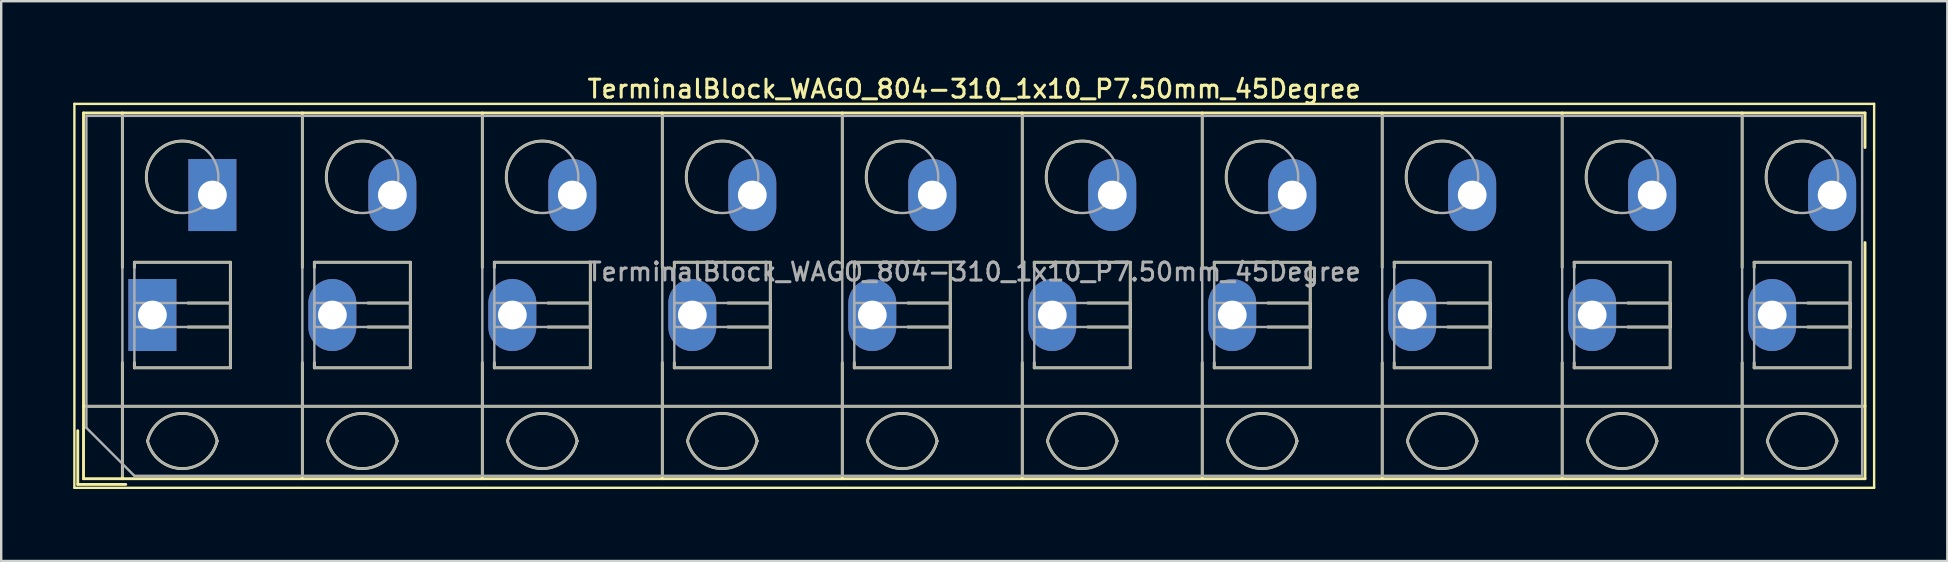
<source format=kicad_pcb>
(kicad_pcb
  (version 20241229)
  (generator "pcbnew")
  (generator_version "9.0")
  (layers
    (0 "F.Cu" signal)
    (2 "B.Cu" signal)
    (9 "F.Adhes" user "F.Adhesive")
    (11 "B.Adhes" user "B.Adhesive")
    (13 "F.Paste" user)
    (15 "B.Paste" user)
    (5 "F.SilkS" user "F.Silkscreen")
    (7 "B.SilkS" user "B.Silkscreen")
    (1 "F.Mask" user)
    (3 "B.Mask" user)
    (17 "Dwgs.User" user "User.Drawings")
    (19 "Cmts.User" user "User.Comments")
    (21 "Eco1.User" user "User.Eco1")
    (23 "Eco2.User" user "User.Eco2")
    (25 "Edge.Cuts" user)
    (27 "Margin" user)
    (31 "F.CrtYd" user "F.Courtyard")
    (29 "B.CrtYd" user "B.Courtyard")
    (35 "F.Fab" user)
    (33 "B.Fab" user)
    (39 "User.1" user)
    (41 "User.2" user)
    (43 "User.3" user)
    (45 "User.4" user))
  (footprint "TerminalBlock_WAGO_804-310_1x10_P7.50mm_45Degree"
    (layer "F.Cu")
    (at 3.3 10.078)
    (property "Reference" "TerminalBlock_WAGO_804-310_1x10_P7.50mm_45Degree" (at 34.25 -9.42 0) (layer "F.SilkS") (effects (font (size 0.75 0.75) (thickness 0.125))))
    (attr through_hole)
    (fp_line (start -3.25 -8.8) (end -3.25 7.2) (stroke (width 0.1) (type solid)) (layer "F.SilkS"))
    (fp_line (start -3.25 7.2) (end 71.75 7.2) (stroke (width 0.1) (type solid)) (layer "F.SilkS"))
    (fp_line (start -3.11 4.82) (end -3.11 7.06) (stroke (width 0.12) (type solid)) (layer "F.SilkS"))
    (fp_line (start -3.11 7.06) (end -1.11 7.06) (stroke (width 0.12) (type solid)) (layer "F.SilkS"))
    (fp_line (start -2.87 -8.42) (end -2.87 6.82) (stroke (width 0.12) (type solid)) (layer "F.SilkS"))
    (fp_line (start -2.87 -8.42) (end 71.37 -8.42) (stroke (width 0.12) (type solid)) (layer "F.SilkS"))
    (fp_line (start -2.87 3.8) (end 71.37 3.8) (stroke (width 0.12) (type solid)) (layer "F.SilkS"))
    (fp_line (start -2.87 6.82) (end 71.37 6.82) (stroke (width 0.12) (type solid)) (layer "F.SilkS"))
    (fp_line (start -1.25 -8.42) (end -1.25 -1.98) (stroke (width 0.12) (type solid)) (layer "F.SilkS"))
    (fp_line (start -1.25 1.98) (end -1.25 6.82) (stroke (width 0.12) (type solid)) (layer "F.SilkS"))
    (fp_line (start -0.75 -2.2) (end -0.75 -1.98) (stroke (width 0.12) (type solid)) (layer "F.SilkS"))
    (fp_line (start -0.75 -2.2) (end 3.25 -2.2) (stroke (width 0.12) (type solid)) (layer "F.SilkS"))
    (fp_line (start -0.75 1.98) (end -0.75 2.2) (stroke (width 0.12) (type solid)) (layer "F.SilkS"))
    (fp_line (start -0.75 2.2) (end 3.25 2.2) (stroke (width 0.12) (type solid)) (layer "F.SilkS"))
    (fp_line (start 1.48 -0.5) (end 3.25 -0.5) (stroke (width 0.12) (type solid)) (layer "F.SilkS"))
    (fp_line (start 1.48 0.5) (end 3.25 0.5) (stroke (width 0.12) (type solid)) (layer "F.SilkS"))
    (fp_line (start 3.25 -2.2) (end 3.25 2.2) (stroke (width 0.12) (type solid)) (layer "F.SilkS"))
    (fp_line (start 3.25 -0.5) (end 3.25 0.5) (stroke (width 0.12) (type solid)) (layer "F.SilkS"))
    (fp_line (start 6.25 -8.42) (end 6.25 -1.98) (stroke (width 0.12) (type solid)) (layer "F.SilkS"))
    (fp_line (start 6.25 1.98) (end 6.25 6.82) (stroke (width 0.12) (type solid)) (layer "F.SilkS"))
    (fp_line (start 6.75 -2.2) (end 6.75 -1.98) (stroke (width 0.12) (type solid)) (layer "F.SilkS"))
    (fp_line (start 6.75 -2.2) (end 10.75 -2.2) (stroke (width 0.12) (type solid)) (layer "F.SilkS"))
    (fp_line (start 6.75 1.98) (end 6.75 2.2) (stroke (width 0.12) (type solid)) (layer "F.SilkS"))
    (fp_line (start 6.75 2.2) (end 10.75 2.2) (stroke (width 0.12) (type solid)) (layer "F.SilkS"))
    (fp_line (start 8.98 -0.5) (end 10.75 -0.5) (stroke (width 0.12) (type solid)) (layer "F.SilkS"))
    (fp_line (start 8.98 0.5) (end 10.75 0.5) (stroke (width 0.12) (type solid)) (layer "F.SilkS"))
    (fp_line (start 10.75 -2.2) (end 10.75 2.2) (stroke (width 0.12) (type solid)) (layer "F.SilkS"))
    (fp_line (start 10.75 -0.5) (end 10.75 0.5) (stroke (width 0.12) (type solid)) (layer "F.SilkS"))
    (fp_line (start 13.75 -8.42) (end 13.75 -1.98) (stroke (width 0.12) (type solid)) (layer "F.SilkS"))
    (fp_line (start 13.75 1.98) (end 13.75 6.82) (stroke (width 0.12) (type solid)) (layer "F.SilkS"))
    (fp_line (start 14.25 -2.2) (end 14.25 -1.98) (stroke (width 0.12) (type solid)) (layer "F.SilkS"))
    (fp_line (start 14.25 -2.2) (end 18.25 -2.2) (stroke (width 0.12) (type solid)) (layer "F.SilkS"))
    (fp_line (start 14.25 1.98) (end 14.25 2.2) (stroke (width 0.12) (type solid)) (layer "F.SilkS"))
    (fp_line (start 14.25 2.2) (end 18.25 2.2) (stroke (width 0.12) (type solid)) (layer "F.SilkS"))
    (fp_line (start 16.48 -0.5) (end 18.25 -0.5) (stroke (width 0.12) (type solid)) (layer "F.SilkS"))
    (fp_line (start 16.48 0.5) (end 18.25 0.5) (stroke (width 0.12) (type solid)) (layer "F.SilkS"))
    (fp_line (start 18.25 -2.2) (end 18.25 2.2) (stroke (width 0.12) (type solid)) (layer "F.SilkS"))
    (fp_line (start 18.25 -0.5) (end 18.25 0.5) (stroke (width 0.12) (type solid)) (layer "F.SilkS"))
    (fp_line (start 21.25 -8.42) (end 21.25 -1.98) (stroke (width 0.12) (type solid)) (layer "F.SilkS"))
    (fp_line (start 21.25 1.98) (end 21.25 6.82) (stroke (width 0.12) (type solid)) (layer "F.SilkS"))
    (fp_line (start 21.75 -2.2) (end 21.75 -1.98) (stroke (width 0.12) (type solid)) (layer "F.SilkS"))
    (fp_line (start 21.75 -2.2) (end 25.75 -2.2) (stroke (width 0.12) (type solid)) (layer "F.SilkS"))
    (fp_line (start 21.75 1.98) (end 21.75 2.2) (stroke (width 0.12) (type solid)) (layer "F.SilkS"))
    (fp_line (start 21.75 2.2) (end 25.75 2.2) (stroke (width 0.12) (type solid)) (layer "F.SilkS"))
    (fp_line (start 23.98 -0.5) (end 25.75 -0.5) (stroke (width 0.12) (type solid)) (layer "F.SilkS"))
    (fp_line (start 23.98 0.5) (end 25.75 0.5) (stroke (width 0.12) (type solid)) (layer "F.SilkS"))
    (fp_line (start 25.75 -2.2) (end 25.75 2.2) (stroke (width 0.12) (type solid)) (layer "F.SilkS"))
    (fp_line (start 25.75 -0.5) (end 25.75 0.5) (stroke (width 0.12) (type solid)) (layer "F.SilkS"))
    (fp_line (start 28.75 -8.42) (end 28.75 -1.98) (stroke (width 0.12) (type solid)) (layer "F.SilkS"))
    (fp_line (start 28.75 1.98) (end 28.75 6.82) (stroke (width 0.12) (type solid)) (layer "F.SilkS"))
    (fp_line (start 29.25 -2.2) (end 29.25 -1.98) (stroke (width 0.12) (type solid)) (layer "F.SilkS"))
    (fp_line (start 29.25 -2.2) (end 33.25 -2.2) (stroke (width 0.12) (type solid)) (layer "F.SilkS"))
    (fp_line (start 29.25 1.98) (end 29.25 2.2) (stroke (width 0.12) (type solid)) (layer "F.SilkS"))
    (fp_line (start 29.25 2.2) (end 33.25 2.2) (stroke (width 0.12) (type solid)) (layer "F.SilkS"))
    (fp_line (start 31.48 -0.5) (end 33.25 -0.5) (stroke (width 0.12) (type solid)) (layer "F.SilkS"))
    (fp_line (start 31.48 0.5) (end 33.25 0.5) (stroke (width 0.12) (type solid)) (layer "F.SilkS"))
    (fp_line (start 33.25 -2.2) (end 33.25 2.2) (stroke (width 0.12) (type solid)) (layer "F.SilkS"))
    (fp_line (start 33.25 -0.5) (end 33.25 0.5) (stroke (width 0.12) (type solid)) (layer "F.SilkS"))
    (fp_line (start 36.25 -8.42) (end 36.25 -1.98) (stroke (width 0.12) (type solid)) (layer "F.SilkS"))
    (fp_line (start 36.25 1.98) (end 36.25 6.82) (stroke (width 0.12) (type solid)) (layer "F.SilkS"))
    (fp_line (start 36.75 -2.2) (end 36.75 -1.98) (stroke (width 0.12) (type solid)) (layer "F.SilkS"))
    (fp_line (start 36.75 -2.2) (end 40.75 -2.2) (stroke (width 0.12) (type solid)) (layer "F.SilkS"))
    (fp_line (start 36.75 1.98) (end 36.75 2.2) (stroke (width 0.12) (type solid)) (layer "F.SilkS"))
    (fp_line (start 36.75 2.2) (end 40.75 2.2) (stroke (width 0.12) (type solid)) (layer "F.SilkS"))
    (fp_line (start 38.98 -0.5) (end 40.75 -0.5) (stroke (width 0.12) (type solid)) (layer "F.SilkS"))
    (fp_line (start 38.98 0.5) (end 40.75 0.5) (stroke (width 0.12) (type solid)) (layer "F.SilkS"))
    (fp_line (start 40.75 -2.2) (end 40.75 2.2) (stroke (width 0.12) (type solid)) (layer "F.SilkS"))
    (fp_line (start 40.75 -0.5) (end 40.75 0.5) (stroke (width 0.12) (type solid)) (layer "F.SilkS"))
    (fp_line (start 43.75 -8.42) (end 43.75 -1.98) (stroke (width 0.12) (type solid)) (layer "F.SilkS"))
    (fp_line (start 43.75 1.98) (end 43.75 6.82) (stroke (width 0.12) (type solid)) (layer "F.SilkS"))
    (fp_line (start 44.25 -2.2) (end 44.25 -1.98) (stroke (width 0.12) (type solid)) (layer "F.SilkS"))
    (fp_line (start 44.25 -2.2) (end 48.25 -2.2) (stroke (width 0.12) (type solid)) (layer "F.SilkS"))
    (fp_line (start 44.25 1.98) (end 44.25 2.2) (stroke (width 0.12) (type solid)) (layer "F.SilkS"))
    (fp_line (start 44.25 2.2) (end 48.25 2.2) (stroke (width 0.12) (type solid)) (layer "F.SilkS"))
    (fp_line (start 46.48 -0.5) (end 48.25 -0.5) (stroke (width 0.12) (type solid)) (layer "F.SilkS"))
    (fp_line (start 46.48 0.5) (end 48.25 0.5) (stroke (width 0.12) (type solid)) (layer "F.SilkS"))
    (fp_line (start 48.25 -2.2) (end 48.25 2.2) (stroke (width 0.12) (type solid)) (layer "F.SilkS"))
    (fp_line (start 48.25 -0.5) (end 48.25 0.5) (stroke (width 0.12) (type solid)) (layer "F.SilkS"))
    (fp_line (start 51.25 -8.42) (end 51.25 -1.98) (stroke (width 0.12) (type solid)) (layer "F.SilkS"))
    (fp_line (start 51.25 1.98) (end 51.25 6.82) (stroke (width 0.12) (type solid)) (layer "F.SilkS"))
    (fp_line (start 51.75 -2.2) (end 51.75 -1.98) (stroke (width 0.12) (type solid)) (layer "F.SilkS"))
    (fp_line (start 51.75 -2.2) (end 55.75 -2.2) (stroke (width 0.12) (type solid)) (layer "F.SilkS"))
    (fp_line (start 51.75 1.98) (end 51.75 2.2) (stroke (width 0.12) (type solid)) (layer "F.SilkS"))
    (fp_line (start 51.75 2.2) (end 55.75 2.2) (stroke (width 0.12) (type solid)) (layer "F.SilkS"))
    (fp_line (start 53.98 -0.5) (end 55.75 -0.5) (stroke (width 0.12) (type solid)) (layer "F.SilkS"))
    (fp_line (start 53.98 0.5) (end 55.75 0.5) (stroke (width 0.12) (type solid)) (layer "F.SilkS"))
    (fp_line (start 55.75 -2.2) (end 55.75 2.2) (stroke (width 0.12) (type solid)) (layer "F.SilkS"))
    (fp_line (start 55.75 -0.5) (end 55.75 0.5) (stroke (width 0.12) (type solid)) (layer "F.SilkS"))
    (fp_line (start 58.75 -8.42) (end 58.75 -1.98) (stroke (width 0.12) (type solid)) (layer "F.SilkS"))
    (fp_line (start 58.75 1.98) (end 58.75 6.82) (stroke (width 0.12) (type solid)) (layer "F.SilkS"))
    (fp_line (start 59.25 -2.2) (end 59.25 -1.98) (stroke (width 0.12) (type solid)) (layer "F.SilkS"))
    (fp_line (start 59.25 -2.2) (end 63.25 -2.2) (stroke (width 0.12) (type solid)) (layer "F.SilkS"))
    (fp_line (start 59.25 1.98) (end 59.25 2.2) (stroke (width 0.12) (type solid)) (layer "F.SilkS"))
    (fp_line (start 59.25 2.2) (end 63.25 2.2) (stroke (width 0.12) (type solid)) (layer "F.SilkS"))
    (fp_line (start 61.48 -0.5) (end 63.25 -0.5) (stroke (width 0.12) (type solid)) (layer "F.SilkS"))
    (fp_line (start 61.48 0.5) (end 63.25 0.5) (stroke (width 0.12) (type solid)) (layer "F.SilkS"))
    (fp_line (start 63.25 -2.2) (end 63.25 2.2) (stroke (width 0.12) (type solid)) (layer "F.SilkS"))
    (fp_line (start 63.25 -0.5) (end 63.25 0.5) (stroke (width 0.12) (type solid)) (layer "F.SilkS"))
    (fp_line (start 66.25 -8.42) (end 66.25 -1.98) (stroke (width 0.12) (type solid)) (layer "F.SilkS"))
    (fp_line (start 66.25 1.98) (end 66.25 6.82) (stroke (width 0.12) (type solid)) (layer "F.SilkS"))
    (fp_line (start 66.75 -2.2) (end 66.75 -1.98) (stroke (width 0.12) (type solid)) (layer "F.SilkS"))
    (fp_line (start 66.75 -2.2) (end 70.75 -2.2) (stroke (width 0.12) (type solid)) (layer "F.SilkS"))
    (fp_line (start 66.75 1.98) (end 66.75 2.2) (stroke (width 0.12) (type solid)) (layer "F.SilkS"))
    (fp_line (start 66.75 2.2) (end 70.75 2.2) (stroke (width 0.12) (type solid)) (layer "F.SilkS"))
    (fp_line (start 68.98 -0.5) (end 70.75 -0.5) (stroke (width 0.12) (type solid)) (layer "F.SilkS"))
    (fp_line (start 68.98 0.5) (end 70.75 0.5) (stroke (width 0.12) (type solid)) (layer "F.SilkS"))
    (fp_line (start 70.75 -2.2) (end 70.75 2.2) (stroke (width 0.12) (type solid)) (layer "F.SilkS"))
    (fp_line (start 70.75 -0.5) (end 70.75 0.5) (stroke (width 0.12) (type solid)) (layer "F.SilkS"))
    (fp_line (start 71.37 -8.42) (end 71.37 -6.98) (stroke (width 0.12) (type solid)) (layer "F.SilkS"))
    (fp_line (start 71.37 -3.02) (end 71.37 6.82) (stroke (width 0.12) (type solid)) (layer "F.SilkS"))
    (fp_line (start 71.75 -8.8) (end -3.25 -8.8) (stroke (width 0.1) (type solid)) (layer "F.SilkS"))
    (fp_line (start 71.75 7.2) (end 71.75 -8.8) (stroke (width 0.1) (type solid)) (layer "F.SilkS"))
    (fp_arc (start -0.200865 5.250424) (mid 1.250296 4.099926) (end 2.701 5.251) (stroke (width 0.12) (type solid)) (layer "F.SilkS"))
    (fp_arc (start 1.040798 -4.264067) (mid -0.146039 -6.300306) (end 2.111 -6.979) (stroke (width 0.12) (type solid)) (layer "F.SilkS"))
    (fp_arc (start 2.7 5.25) (mid 1.250068 6.400101) (end -0.199969 5.250133) (stroke (width 0.12) (type solid)) (layer "F.SilkS"))
    (fp_arc (start 7.299135 5.250424) (mid 8.750296 4.099926) (end 10.201 5.251) (stroke (width 0.12) (type solid)) (layer "F.SilkS"))
    (fp_arc (start 8.540798 -4.264067) (mid 7.353961 -6.300306) (end 9.611 -6.979) (stroke (width 0.12) (type solid)) (layer "F.SilkS"))
    (fp_arc (start 10.2 5.25) (mid 8.750068 6.400101) (end 7.300031 5.250133) (stroke (width 0.12) (type solid)) (layer "F.SilkS"))
    (fp_arc (start 14.799135 5.250424) (mid 16.250296 4.099926) (end 17.701 5.251) (stroke (width 0.12) (type solid)) (layer "F.SilkS"))
    (fp_arc (start 16.040798 -4.264067) (mid 14.853961 -6.300306) (end 17.111 -6.979) (stroke (width 0.12) (type solid)) (layer "F.SilkS"))
    (fp_arc (start 17.7 5.25) (mid 16.250068 6.400101) (end 14.800031 5.250133) (stroke (width 0.12) (type solid)) (layer "F.SilkS"))
    (fp_arc (start 22.299135 5.250424) (mid 23.750296 4.099926) (end 25.201 5.251) (stroke (width 0.12) (type solid)) (layer "F.SilkS"))
    (fp_arc (start 23.540798 -4.264067) (mid 22.353961 -6.300306) (end 24.611 -6.979) (stroke (width 0.12) (type solid)) (layer "F.SilkS"))
    (fp_arc (start 25.2 5.25) (mid 23.750068 6.400101) (end 22.300031 5.250133) (stroke (width 0.12) (type solid)) (layer "F.SilkS"))
    (fp_arc (start 29.799135 5.250424) (mid 31.250296 4.099926) (end 32.701 5.251) (stroke (width 0.12) (type solid)) (layer "F.SilkS"))
    (fp_arc (start 31.040798 -4.264067) (mid 29.853961 -6.300306) (end 32.111 -6.979) (stroke (width 0.12) (type solid)) (layer "F.SilkS"))
    (fp_arc (start 32.701 5.25) (mid 31.250296 6.401074) (end 29.799135 5.250576) (stroke (width 0.12) (type solid)) (layer "F.SilkS"))
    (fp_arc (start 37.299135 5.250424) (mid 38.750296 4.099926) (end 40.201 5.251) (stroke (width 0.12) (type solid)) (layer "F.SilkS"))
    (fp_arc (start 38.540798 -4.264067) (mid 37.353961 -6.300306) (end 39.611 -6.979) (stroke (width 0.12) (type solid)) (layer "F.SilkS"))
    (fp_arc (start 40.2 5.25) (mid 38.750068 6.400101) (end 37.300031 5.250133) (stroke (width 0.12) (type solid)) (layer "F.SilkS"))
    (fp_arc (start 44.799135 5.250424) (mid 46.250296 4.099926) (end 47.701 5.251) (stroke (width 0.12) (type solid)) (layer "F.SilkS"))
    (fp_arc (start 46.040798 -4.264067) (mid 44.853961 -6.300306) (end 47.111 -6.979) (stroke (width 0.12) (type solid)) (layer "F.SilkS"))
    (fp_arc (start 47.7 5.25) (mid 46.250068 6.400101) (end 44.800031 5.250133) (stroke (width 0.12) (type solid)) (layer "F.SilkS"))
    (fp_arc (start 52.299135 5.250424) (mid 53.750296 4.099926) (end 55.201 5.251) (stroke (width 0.12) (type solid)) (layer "F.SilkS"))
    (fp_arc (start 53.540798 -4.264067) (mid 52.353961 -6.300306) (end 54.611 -6.979) (stroke (width 0.12) (type solid)) (layer "F.SilkS"))
    (fp_arc (start 55.2 5.25) (mid 53.750068 6.400101) (end 52.300031 5.250133) (stroke (width 0.12) (type solid)) (layer "F.SilkS"))
    (fp_arc (start 59.799135 5.250424) (mid 61.250296 4.099926) (end 62.701 5.251) (stroke (width 0.12) (type solid)) (layer "F.SilkS"))
    (fp_arc (start 61.040798 -4.264067) (mid 59.853961 -6.300306) (end 62.111 -6.979) (stroke (width 0.12) (type solid)) (layer "F.SilkS"))
    (fp_arc (start 62.7 5.25) (mid 61.250068 6.400101) (end 59.800031 5.250133) (stroke (width 0.12) (type solid)) (layer "F.SilkS"))
    (fp_arc (start 67.299135 5.250424) (mid 68.750296 4.099926) (end 70.201 5.251) (stroke (width 0.12) (type solid)) (layer "F.SilkS"))
    (fp_arc (start 68.540798 -4.264067) (mid 67.353961 -6.300306) (end 69.611 -6.979) (stroke (width 0.12) (type solid)) (layer "F.SilkS"))
    (fp_arc (start 70.2 5.25) (mid 68.750068 6.400101) (end 67.300031 5.250133) (stroke (width 0.12) (type solid)) (layer "F.SilkS"))
    (fp_line (start -2.75 -8.3) (end 71.25 -8.3) (stroke (width 0.1) (type solid)) (layer "F.Fab"))
    (fp_line (start -2.75 3.8) (end 71.25 3.8) (stroke (width 0.1) (type solid)) (layer "F.Fab"))
    (fp_line (start -2.75 4.7) (end -2.75 -8.3) (stroke (width 0.1) (type solid)) (layer "F.Fab"))
    (fp_line (start -1.25 -8.3) (end -1.25 6.7) (stroke (width 0.1) (type solid)) (layer "F.Fab"))
    (fp_line (start -0.75 -2.2) (end -0.75 2.2) (stroke (width 0.1) (type solid)) (layer "F.Fab"))
    (fp_line (start -0.75 -0.5) (end -0.75 0.5) (stroke (width 0.1) (type solid)) (layer "F.Fab"))
    (fp_line (start -0.75 0.5) (end 3.25 0.5) (stroke (width 0.1) (type solid)) (layer "F.Fab"))
    (fp_line (start -0.75 2.2) (end 3.25 2.2) (stroke (width 0.1) (type solid)) (layer "F.Fab"))
    (fp_line (start -0.75 6.7) (end -2.75 4.7) (stroke (width 0.1) (type solid)) (layer "F.Fab"))
    (fp_line (start 3.25 -2.2) (end -0.75 -2.2) (stroke (width 0.1) (type solid)) (layer "F.Fab"))
    (fp_line (start 3.25 -0.5) (end -0.75 -0.5) (stroke (width 0.1) (type solid)) (layer "F.Fab"))
    (fp_line (start 3.25 0.5) (end 3.25 -0.5) (stroke (width 0.1) (type solid)) (layer "F.Fab"))
    (fp_line (start 3.25 2.2) (end 3.25 -2.2) (stroke (width 0.1) (type solid)) (layer "F.Fab"))
    (fp_line (start 6.25 -8.3) (end 6.25 6.7) (stroke (width 0.1) (type solid)) (layer "F.Fab"))
    (fp_line (start 6.75 -2.2) (end 6.75 2.2) (stroke (width 0.1) (type solid)) (layer "F.Fab"))
    (fp_line (start 6.75 -0.5) (end 6.75 0.5) (stroke (width 0.1) (type solid)) (layer "F.Fab"))
    (fp_line (start 6.75 0.5) (end 10.75 0.5) (stroke (width 0.1) (type solid)) (layer "F.Fab"))
    (fp_line (start 6.75 2.2) (end 10.75 2.2) (stroke (width 0.1) (type solid)) (layer "F.Fab"))
    (fp_line (start 10.75 -2.2) (end 6.75 -2.2) (stroke (width 0.1) (type solid)) (layer "F.Fab"))
    (fp_line (start 10.75 -0.5) (end 6.75 -0.5) (stroke (width 0.1) (type solid)) (layer "F.Fab"))
    (fp_line (start 10.75 0.5) (end 10.75 -0.5) (stroke (width 0.1) (type solid)) (layer "F.Fab"))
    (fp_line (start 10.75 2.2) (end 10.75 -2.2) (stroke (width 0.1) (type solid)) (layer "F.Fab"))
    (fp_line (start 13.75 -8.3) (end 13.75 6.7) (stroke (width 0.1) (type solid)) (layer "F.Fab"))
    (fp_line (start 14.25 -2.2) (end 14.25 2.2) (stroke (width 0.1) (type solid)) (layer "F.Fab"))
    (fp_line (start 14.25 -0.5) (end 14.25 0.5) (stroke (width 0.1) (type solid)) (layer "F.Fab"))
    (fp_line (start 14.25 0.5) (end 18.25 0.5) (stroke (width 0.1) (type solid)) (layer "F.Fab"))
    (fp_line (start 14.25 2.2) (end 18.25 2.2) (stroke (width 0.1) (type solid)) (layer "F.Fab"))
    (fp_line (start 18.25 -2.2) (end 14.25 -2.2) (stroke (width 0.1) (type solid)) (layer "F.Fab"))
    (fp_line (start 18.25 -0.5) (end 14.25 -0.5) (stroke (width 0.1) (type solid)) (layer "F.Fab"))
    (fp_line (start 18.25 0.5) (end 18.25 -0.5) (stroke (width 0.1) (type solid)) (layer "F.Fab"))
    (fp_line (start 18.25 2.2) (end 18.25 -2.2) (stroke (width 0.1) (type solid)) (layer "F.Fab"))
    (fp_line (start 21.25 -8.3) (end 21.25 6.7) (stroke (width 0.1) (type solid)) (layer "F.Fab"))
    (fp_line (start 21.75 -2.2) (end 21.75 2.2) (stroke (width 0.1) (type solid)) (layer "F.Fab"))
    (fp_line (start 21.75 -0.5) (end 21.75 0.5) (stroke (width 0.1) (type solid)) (layer "F.Fab"))
    (fp_line (start 21.75 0.5) (end 25.75 0.5) (stroke (width 0.1) (type solid)) (layer "F.Fab"))
    (fp_line (start 21.75 2.2) (end 25.75 2.2) (stroke (width 0.1) (type solid)) (layer "F.Fab"))
    (fp_line (start 25.75 -2.2) (end 21.75 -2.2) (stroke (width 0.1) (type solid)) (layer "F.Fab"))
    (fp_line (start 25.75 -0.5) (end 21.75 -0.5) (stroke (width 0.1) (type solid)) (layer "F.Fab"))
    (fp_line (start 25.75 0.5) (end 25.75 -0.5) (stroke (width 0.1) (type solid)) (layer "F.Fab"))
    (fp_line (start 25.75 2.2) (end 25.75 -2.2) (stroke (width 0.1) (type solid)) (layer "F.Fab"))
    (fp_line (start 28.75 -8.3) (end 28.75 6.7) (stroke (width 0.1) (type solid)) (layer "F.Fab"))
    (fp_line (start 29.25 -2.2) (end 29.25 2.2) (stroke (width 0.1) (type solid)) (layer "F.Fab"))
    (fp_line (start 29.25 -0.5) (end 29.25 0.5) (stroke (width 0.1) (type solid)) (layer "F.Fab"))
    (fp_line (start 29.25 0.5) (end 33.25 0.5) (stroke (width 0.1) (type solid)) (layer "F.Fab"))
    (fp_line (start 29.25 2.2) (end 33.25 2.2) (stroke (width 0.1) (type solid)) (layer "F.Fab"))
    (fp_line (start 33.25 -2.2) (end 29.25 -2.2) (stroke (width 0.1) (type solid)) (layer "F.Fab"))
    (fp_line (start 33.25 -0.5) (end 29.25 -0.5) (stroke (width 0.1) (type solid)) (layer "F.Fab"))
    (fp_line (start 33.25 0.5) (end 33.25 -0.5) (stroke (width 0.1) (type solid)) (layer "F.Fab"))
    (fp_line (start 33.25 2.2) (end 33.25 -2.2) (stroke (width 0.1) (type solid)) (layer "F.Fab"))
    (fp_line (start 36.25 -8.3) (end 36.25 6.7) (stroke (width 0.1) (type solid)) (layer "F.Fab"))
    (fp_line (start 36.75 -2.2) (end 36.75 2.2) (stroke (width 0.1) (type solid)) (layer "F.Fab"))
    (fp_line (start 36.75 -0.5) (end 36.75 0.5) (stroke (width 0.1) (type solid)) (layer "F.Fab"))
    (fp_line (start 36.75 0.5) (end 40.75 0.5) (stroke (width 0.1) (type solid)) (layer "F.Fab"))
    (fp_line (start 36.75 2.2) (end 40.75 2.2) (stroke (width 0.1) (type solid)) (layer "F.Fab"))
    (fp_line (start 40.75 -2.2) (end 36.75 -2.2) (stroke (width 0.1) (type solid)) (layer "F.Fab"))
    (fp_line (start 40.75 -0.5) (end 36.75 -0.5) (stroke (width 0.1) (type solid)) (layer "F.Fab"))
    (fp_line (start 40.75 0.5) (end 40.75 -0.5) (stroke (width 0.1) (type solid)) (layer "F.Fab"))
    (fp_line (start 40.75 2.2) (end 40.75 -2.2) (stroke (width 0.1) (type solid)) (layer "F.Fab"))
    (fp_line (start 43.75 -8.3) (end 43.75 6.7) (stroke (width 0.1) (type solid)) (layer "F.Fab"))
    (fp_line (start 44.25 -2.2) (end 44.25 2.2) (stroke (width 0.1) (type solid)) (layer "F.Fab"))
    (fp_line (start 44.25 -0.5) (end 44.25 0.5) (stroke (width 0.1) (type solid)) (layer "F.Fab"))
    (fp_line (start 44.25 0.5) (end 48.25 0.5) (stroke (width 0.1) (type solid)) (layer "F.Fab"))
    (fp_line (start 44.25 2.2) (end 48.25 2.2) (stroke (width 0.1) (type solid)) (layer "F.Fab"))
    (fp_line (start 48.25 -2.2) (end 44.25 -2.2) (stroke (width 0.1) (type solid)) (layer "F.Fab"))
    (fp_line (start 48.25 -0.5) (end 44.25 -0.5) (stroke (width 0.1) (type solid)) (layer "F.Fab"))
    (fp_line (start 48.25 0.5) (end 48.25 -0.5) (stroke (width 0.1) (type solid)) (layer "F.Fab"))
    (fp_line (start 48.25 2.2) (end 48.25 -2.2) (stroke (width 0.1) (type solid)) (layer "F.Fab"))
    (fp_line (start 51.25 -8.3) (end 51.25 6.7) (stroke (width 0.1) (type solid)) (layer "F.Fab"))
    (fp_line (start 51.75 -2.2) (end 51.75 2.2) (stroke (width 0.1) (type solid)) (layer "F.Fab"))
    (fp_line (start 51.75 -0.5) (end 51.75 0.5) (stroke (width 0.1) (type solid)) (layer "F.Fab"))
    (fp_line (start 51.75 0.5) (end 55.75 0.5) (stroke (width 0.1) (type solid)) (layer "F.Fab"))
    (fp_line (start 51.75 2.2) (end 55.75 2.2) (stroke (width 0.1) (type solid)) (layer "F.Fab"))
    (fp_line (start 55.75 -2.2) (end 51.75 -2.2) (stroke (width 0.1) (type solid)) (layer "F.Fab"))
    (fp_line (start 55.75 -0.5) (end 51.75 -0.5) (stroke (width 0.1) (type solid)) (layer "F.Fab"))
    (fp_line (start 55.75 0.5) (end 55.75 -0.5) (stroke (width 0.1) (type solid)) (layer "F.Fab"))
    (fp_line (start 55.75 2.2) (end 55.75 -2.2) (stroke (width 0.1) (type solid)) (layer "F.Fab"))
    (fp_line (start 58.75 -8.3) (end 58.75 6.7) (stroke (width 0.1) (type solid)) (layer "F.Fab"))
    (fp_line (start 59.25 -2.2) (end 59.25 2.2) (stroke (width 0.1) (type solid)) (layer "F.Fab"))
    (fp_line (start 59.25 -0.5) (end 59.25 0.5) (stroke (width 0.1) (type solid)) (layer "F.Fab"))
    (fp_line (start 59.25 0.5) (end 63.25 0.5) (stroke (width 0.1) (type solid)) (layer "F.Fab"))
    (fp_line (start 59.25 2.2) (end 63.25 2.2) (stroke (width 0.1) (type solid)) (layer "F.Fab"))
    (fp_line (start 63.25 -2.2) (end 59.25 -2.2) (stroke (width 0.1) (type solid)) (layer "F.Fab"))
    (fp_line (start 63.25 -0.5) (end 59.25 -0.5) (stroke (width 0.1) (type solid)) (layer "F.Fab"))
    (fp_line (start 63.25 0.5) (end 63.25 -0.5) (stroke (width 0.1) (type solid)) (layer "F.Fab"))
    (fp_line (start 63.25 2.2) (end 63.25 -2.2) (stroke (width 0.1) (type solid)) (layer "F.Fab"))
    (fp_line (start 66.25 -8.3) (end 66.25 6.7) (stroke (width 0.1) (type solid)) (layer "F.Fab"))
    (fp_line (start 66.75 -2.2) (end 66.75 2.2) (stroke (width 0.1) (type solid)) (layer "F.Fab"))
    (fp_line (start 66.75 -0.5) (end 66.75 0.5) (stroke (width 0.1) (type solid)) (layer "F.Fab"))
    (fp_line (start 66.75 0.5) (end 70.75 0.5) (stroke (width 0.1) (type solid)) (layer "F.Fab"))
    (fp_line (start 66.75 2.2) (end 70.75 2.2) (stroke (width 0.1) (type solid)) (layer "F.Fab"))
    (fp_line (start 70.75 -2.2) (end 66.75 -2.2) (stroke (width 0.1) (type solid)) (layer "F.Fab"))
    (fp_line (start 70.75 -0.5) (end 66.75 -0.5) (stroke (width 0.1) (type solid)) (layer "F.Fab"))
    (fp_line (start 70.75 0.5) (end 70.75 -0.5) (stroke (width 0.1) (type solid)) (layer "F.Fab"))
    (fp_line (start 70.75 2.2) (end 70.75 -2.2) (stroke (width 0.1) (type solid)) (layer "F.Fab"))
    (fp_line (start 71.25 -8.3) (end 71.25 6.7) (stroke (width 0.1) (type solid)) (layer "F.Fab"))
    (fp_line (start 71.25 6.7) (end -0.75 6.7) (stroke (width 0.1) (type solid)) (layer "F.Fab"))
    (fp_arc (start -0.200865 5.250424) (mid 1.250296 4.099926) (end 2.701 5.251) (stroke (width 0.1) (type solid)) (layer "F.Fab"))
    (fp_arc (start 2.7 5.25) (mid 1.250068 6.400101) (end -0.199969 5.250133) (stroke (width 0.1) (type solid)) (layer "F.Fab"))
    (fp_arc (start 7.299135 5.250424) (mid 8.750296 4.099926) (end 10.201 5.251) (stroke (width 0.1) (type solid)) (layer "F.Fab"))
    (fp_arc (start 10.2 5.25) (mid 8.750068 6.400101) (end 7.300031 5.250133) (stroke (width 0.1) (type solid)) (layer "F.Fab"))
    (fp_arc (start 14.799135 5.250424) (mid 16.250296 4.099926) (end 17.701 5.251) (stroke (width 0.1) (type solid)) (layer "F.Fab"))
    (fp_arc (start 17.7 5.25) (mid 16.250068 6.400101) (end 14.800031 5.250133) (stroke (width 0.1) (type solid)) (layer "F.Fab"))
    (fp_arc (start 22.299135 5.250424) (mid 23.750296 4.099926) (end 25.201 5.251) (stroke (width 0.1) (type solid)) (layer "F.Fab"))
    (fp_arc (start 25.2 5.25) (mid 23.750068 6.400101) (end 22.300031 5.250133) (stroke (width 0.1) (type solid)) (layer "F.Fab"))
    (fp_arc (start 29.799135 5.250424) (mid 31.250296 4.099926) (end 32.701 5.251) (stroke (width 0.1) (type solid)) (layer "F.Fab"))
    (fp_arc (start 32.701 5.25) (mid 31.250296 6.401074) (end 29.799135 5.250576) (stroke (width 0.1) (type solid)) (layer "F.Fab"))
    (fp_arc (start 37.299135 5.250424) (mid 38.750296 4.099926) (end 40.201 5.251) (stroke (width 0.1) (type solid)) (layer "F.Fab"))
    (fp_arc (start 40.2 5.25) (mid 38.750068 6.400101) (end 37.300031 5.250133) (stroke (width 0.1) (type solid)) (layer "F.Fab"))
    (fp_arc (start 44.799135 5.250424) (mid 46.250296 4.099926) (end 47.701 5.251) (stroke (width 0.1) (type solid)) (layer "F.Fab"))
    (fp_arc (start 47.7 5.25) (mid 46.250068 6.400101) (end 44.800031 5.250133) (stroke (width 0.1) (type solid)) (layer "F.Fab"))
    (fp_arc (start 52.299135 5.250424) (mid 53.750296 4.099926) (end 55.201 5.251) (stroke (width 0.1) (type solid)) (layer "F.Fab"))
    (fp_arc (start 55.2 5.25) (mid 53.750068 6.400101) (end 52.300031 5.250133) (stroke (width 0.1) (type solid)) (layer "F.Fab"))
    (fp_arc (start 59.799135 5.250424) (mid 61.250296 4.099926) (end 62.701 5.251) (stroke (width 0.1) (type solid)) (layer "F.Fab"))
    (fp_arc (start 62.7 5.25) (mid 61.250068 6.400101) (end 59.800031 5.250133) (stroke (width 0.1) (type solid)) (layer "F.Fab"))
    (fp_arc (start 67.299135 5.250424) (mid 68.750296 4.099926) (end 70.201 5.251) (stroke (width 0.1) (type solid)) (layer "F.Fab"))
    (fp_arc (start 70.2 5.25) (mid 68.750068 6.400101) (end 67.300031 5.250133) (stroke (width 0.1) (type solid)) (layer "F.Fab"))
    (fp_circle (center 1.25 -5.75) (end 2.75 -5.75) (stroke (width 0.1) (type solid)) (fill no) (layer "F.Fab"))
    (fp_circle (center 8.75 -5.75) (end 10.25 -5.75) (stroke (width 0.1) (type solid)) (fill no) (layer "F.Fab"))
    (fp_circle (center 16.25 -5.75) (end 17.75 -5.75) (stroke (width 0.1) (type solid)) (fill no) (layer "F.Fab"))
    (fp_circle (center 23.75 -5.75) (end 25.25 -5.75) (stroke (width 0.1) (type solid)) (fill no) (layer "F.Fab"))
    (fp_circle (center 31.25 -5.75) (end 32.75 -5.75) (stroke (width 0.1) (type solid)) (fill no) (layer "F.Fab"))
    (fp_circle (center 38.75 -5.75) (end 40.25 -5.75) (stroke (width 0.1) (type solid)) (fill no) (layer "F.Fab"))
    (fp_circle (center 46.25 -5.75) (end 47.75 -5.75) (stroke (width 0.1) (type solid)) (fill no) (layer "F.Fab"))
    (fp_circle (center 53.75 -5.75) (end 55.25 -5.75) (stroke (width 0.1) (type solid)) (fill no) (layer "F.Fab"))
    (fp_circle (center 61.25 -5.75) (end 62.75 -5.75) (stroke (width 0.1) (type solid)) (fill no) (layer "F.Fab"))
    (fp_circle (center 68.75 -5.75) (end 70.25 -5.75) (stroke (width 0.1) (type solid)) (fill no) (layer "F.Fab"))
    (fp_text user "${REFERENCE}" (at 34.25 -1.8 0) (layer "F.Fab") (effects (font (size 0.75 0.75) (thickness 0.125))))
    (pad "1" thru_hole rect (at 0 0) (size 2 3) (drill 1.2) (layers "*.Cu" "*.Mask"))
    (pad "1" thru_hole rect (at 2.5 -5) (size 2 3) (drill 1.2) (layers "*.Cu" "*.Mask"))
    (pad "2" thru_hole oval (at 7.5 0) (size 2 3) (drill 1.2) (layers "*.Cu" "*.Mask"))
    (pad "2" thru_hole oval (at 10 -5) (size 2 3) (drill 1.2) (layers "*.Cu" "*.Mask"))
    (pad "3" thru_hole oval (at 15 0) (size 2 3) (drill 1.2) (layers "*.Cu" "*.Mask"))
    (pad "3" thru_hole oval (at 17.5 -5) (size 2 3) (drill 1.2) (layers "*.Cu" "*.Mask"))
    (pad "4" thru_hole oval (at 22.5 0) (size 2 3) (drill 1.2) (layers "*.Cu" "*.Mask"))
    (pad "4" thru_hole oval (at 25 -5) (size 2 3) (drill 1.2) (layers "*.Cu" "*.Mask"))
    (pad "5" thru_hole oval (at 30 0) (size 2 3) (drill 1.2) (layers "*.Cu" "*.Mask"))
    (pad "5" thru_hole oval (at 32.5 -5) (size 2 3) (drill 1.2) (layers "*.Cu" "*.Mask"))
    (pad "6" thru_hole oval (at 37.5 0) (size 2 3) (drill 1.2) (layers "*.Cu" "*.Mask"))
    (pad "6" thru_hole oval (at 40 -5) (size 2 3) (drill 1.2) (layers "*.Cu" "*.Mask"))
    (pad "7" thru_hole oval (at 45 0) (size 2 3) (drill 1.2) (layers "*.Cu" "*.Mask"))
    (pad "7" thru_hole oval (at 47.5 -5) (size 2 3) (drill 1.2) (layers "*.Cu" "*.Mask"))
    (pad "8" thru_hole oval (at 52.5 0) (size 2 3) (drill 1.2) (layers "*.Cu" "*.Mask"))
    (pad "8" thru_hole oval (at 55 -5) (size 2 3) (drill 1.2) (layers "*.Cu" "*.Mask"))
    (pad "9" thru_hole oval (at 60 0) (size 2 3) (drill 1.2) (layers "*.Cu" "*.Mask"))
    (pad "9" thru_hole oval (at 62.5 -5) (size 2 3) (drill 1.2) (layers "*.Cu" "*.Mask"))
    (pad "10" thru_hole oval (at 67.5 0) (size 2 3) (drill 1.2) (layers "*.Cu" "*.Mask"))
    (pad "10" thru_hole oval (at 70 -5) (size 2 3) (drill 1.2) (layers "*.Cu" "*.Mask")))
  (gr_rect
    (start -3 -3)
    (end 78.1 20.328)
    (stroke (width 0.1) (type default))
    (fill no)
    (layer "Edge.Cuts")))
</source>
